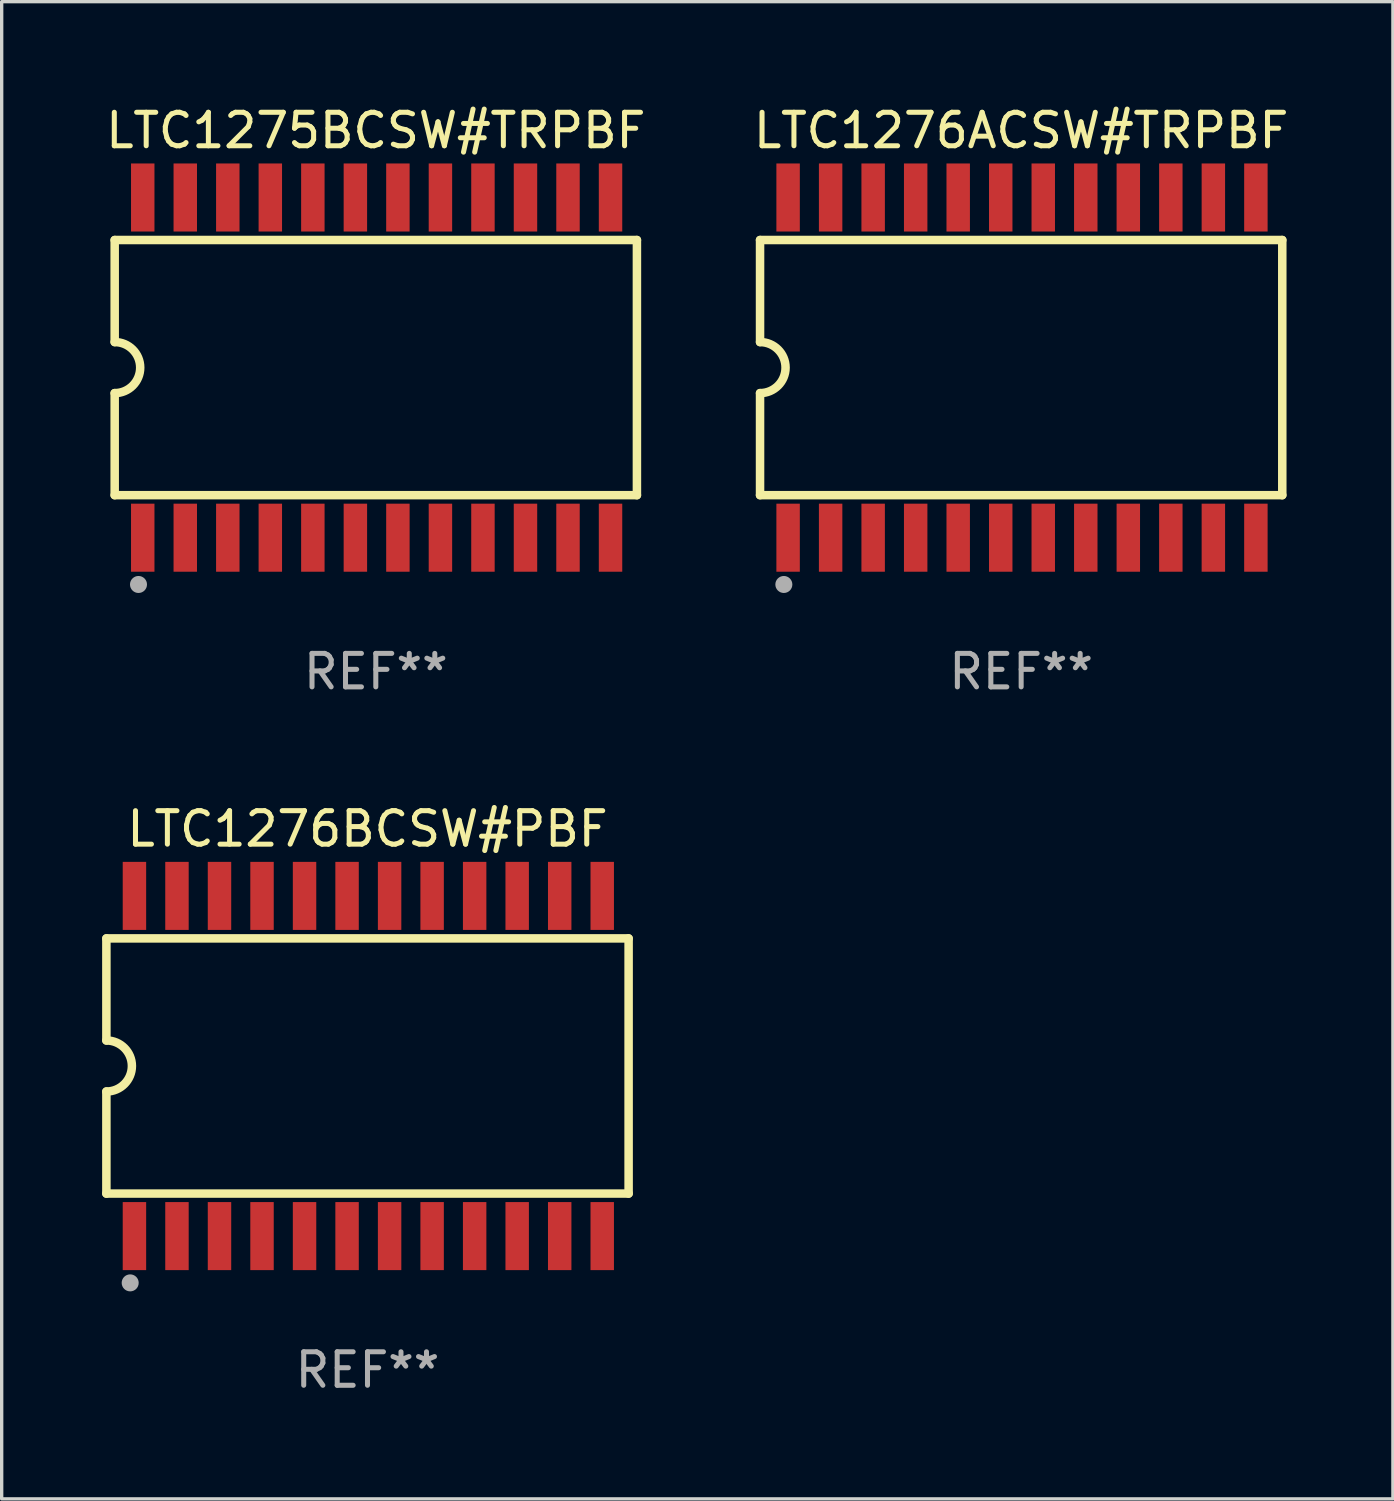
<source format=kicad_pcb>
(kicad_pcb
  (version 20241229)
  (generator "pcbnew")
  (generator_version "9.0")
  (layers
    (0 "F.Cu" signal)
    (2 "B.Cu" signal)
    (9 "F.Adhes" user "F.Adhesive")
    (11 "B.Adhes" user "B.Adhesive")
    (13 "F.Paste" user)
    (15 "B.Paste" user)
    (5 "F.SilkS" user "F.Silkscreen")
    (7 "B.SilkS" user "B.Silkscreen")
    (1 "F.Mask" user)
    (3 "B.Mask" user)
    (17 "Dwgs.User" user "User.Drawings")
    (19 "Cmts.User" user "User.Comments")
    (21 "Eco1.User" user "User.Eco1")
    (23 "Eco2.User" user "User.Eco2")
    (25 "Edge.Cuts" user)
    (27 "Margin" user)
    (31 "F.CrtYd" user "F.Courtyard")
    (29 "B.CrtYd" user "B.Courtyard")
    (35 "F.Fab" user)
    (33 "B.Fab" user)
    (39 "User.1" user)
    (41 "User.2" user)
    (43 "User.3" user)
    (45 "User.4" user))
  (footprint "LTC1275BCSW#TRPBF"
    (layer "F.Cu")
    (at 8.173 7.928)
    (property "Reference" "LTC1275BCSW#TRPBF" (at 0 -7.08 0) (layer "F.SilkS") (effects (font (size 1 1) (thickness 0.15))))
    (attr through_hole)
    (fp_line (start -7.798 -3.81) (end -7.798 -0.762) (stroke (width 0.254) (type solid)) (layer "F.SilkS"))
    (fp_line (start -7.798 3.81) (end -7.798 0.762) (stroke (width 0.254) (type solid)) (layer "F.SilkS"))
    (fp_line (start 7.798 -3.81) (end -7.798 -3.81) (stroke (width 0.254) (type solid)) (layer "F.SilkS"))
    (fp_line (start 7.798 3.81) (end -7.798 3.81) (stroke (width 0.254) (type solid)) (layer "F.SilkS"))
    (fp_line (start 7.798 3.81) (end 7.798 -3.81) (stroke (width 0.254) (type solid)) (layer "F.SilkS"))
    (fp_arc (start -7.797791 -0.762002) (mid -7.03579 -0.000001) (end -7.79779 0.762002) (stroke (width 0.254001) (type solid)) (layer "F.SilkS"))
    (fp_circle (center -7.825 3.75) (end -7.795 3.75) (stroke (width 0.06) (type solid)) (fill no) (layer "F.SilkS"))
    (fp_circle (center -7.087 6.477) (end -6.96 6.477) (stroke (width 0.254) (type solid)) (fill no) (layer "F.Fab"))
    (fp_text user "REF**" (at 0 9.08 0) (layer "F.Fab") (effects (font (size 1 1) (thickness 0.15))))
    (pad "1" smd rect (at -6.96 5.08 90) (size 2.032 0.7) (layers "F.Cu" "F.Mask" "F.Paste"))
    (pad "2" smd rect (at -5.69 5.08 90) (size 2.032 0.7) (layers "F.Cu" "F.Mask" "F.Paste"))
    (pad "3" smd rect (at -4.42 5.08 90) (size 2.032 0.7) (layers "F.Cu" "F.Mask" "F.Paste"))
    (pad "4" smd rect (at -3.15 5.08 90) (size 2.032 0.7) (layers "F.Cu" "F.Mask" "F.Paste"))
    (pad "5" smd rect (at -1.88 5.08 90) (size 2.032 0.7) (layers "F.Cu" "F.Mask" "F.Paste"))
    (pad "6" smd rect (at -0.61 5.08 90) (size 2.032 0.7) (layers "F.Cu" "F.Mask" "F.Paste"))
    (pad "7" smd rect (at 0.66 5.08 90) (size 2.032 0.7) (layers "F.Cu" "F.Mask" "F.Paste"))
    (pad "8" smd rect (at 1.93 5.08 90) (size 2.032 0.7) (layers "F.Cu" "F.Mask" "F.Paste"))
    (pad "9" smd rect (at 3.2 5.08 90) (size 2.032 0.7) (layers "F.Cu" "F.Mask" "F.Paste"))
    (pad "10" smd rect (at 4.47 5.08 90) (size 2.032 0.7) (layers "F.Cu" "F.Mask" "F.Paste"))
    (pad "11" smd rect (at 5.74 5.08 90) (size 2.032 0.7) (layers "F.Cu" "F.Mask" "F.Paste"))
    (pad "12" smd rect (at 7.01 5.08 90) (size 2.032 0.7) (layers "F.Cu" "F.Mask" "F.Paste"))
    (pad "13" smd rect (at 7.01 -5.08 90) (size 2.032 0.7) (layers "F.Cu" "F.Mask" "F.Paste"))
    (pad "14" smd rect (at 5.74 -5.08 90) (size 2.032 0.7) (layers "F.Cu" "F.Mask" "F.Paste"))
    (pad "15" smd rect (at 4.47 -5.08 90) (size 2.032 0.7) (layers "F.Cu" "F.Mask" "F.Paste"))
    (pad "16" smd rect (at 3.2 -5.08 90) (size 2.032 0.7) (layers "F.Cu" "F.Mask" "F.Paste"))
    (pad "17" smd rect (at 1.93 -5.08 90) (size 2.032 0.7) (layers "F.Cu" "F.Mask" "F.Paste"))
    (pad "18" smd rect (at 0.66 -5.08 90) (size 2.032 0.7) (layers "F.Cu" "F.Mask" "F.Paste"))
    (pad "19" smd rect (at -0.61 -5.08 90) (size 2.032 0.7) (layers "F.Cu" "F.Mask" "F.Paste"))
    (pad "20" smd rect (at -1.88 -5.08 90) (size 2.032 0.7) (layers "F.Cu" "F.Mask" "F.Paste"))
    (pad "21" smd rect (at -3.15 -5.08 90) (size 2.032 0.7) (layers "F.Cu" "F.Mask" "F.Paste"))
    (pad "22" smd rect (at -4.42 -5.08 90) (size 2.032 0.7) (layers "F.Cu" "F.Mask" "F.Paste"))
    (pad "23" smd rect (at -5.69 -5.08 90) (size 2.032 0.7) (layers "F.Cu" "F.Mask" "F.Paste"))
    (pad "24" smd rect (at -6.96 -5.08 90) (size 2.032 0.7) (layers "F.Cu" "F.Mask" "F.Paste")))
  (footprint "LTC1276BCSW#PBF"
    (layer "F.Cu")
    (at 7.925 28.785)
    (property "Reference" "LTC1276BCSW#PBF" (at 0 -7.08 0) (layer "F.SilkS") (effects (font (size 1 1) (thickness 0.15))))
    (attr through_hole)
    (fp_line (start -7.798 -3.81) (end -7.798 -0.762) (stroke (width 0.254) (type solid)) (layer "F.SilkS"))
    (fp_line (start -7.798 3.81) (end -7.798 0.762) (stroke (width 0.254) (type solid)) (layer "F.SilkS"))
    (fp_line (start 7.798 -3.81) (end -7.798 -3.81) (stroke (width 0.254) (type solid)) (layer "F.SilkS"))
    (fp_line (start 7.798 3.81) (end -7.798 3.81) (stroke (width 0.254) (type solid)) (layer "F.SilkS"))
    (fp_line (start 7.798 3.81) (end 7.798 -3.81) (stroke (width 0.254) (type solid)) (layer "F.SilkS"))
    (fp_arc (start -7.797791 -0.762002) (mid -7.03579 -0.000001) (end -7.79779 0.762002) (stroke (width 0.254001) (type solid)) (layer "F.SilkS"))
    (fp_circle (center -7.825 3.75) (end -7.795 3.75) (stroke (width 0.06) (type solid)) (fill no) (layer "F.SilkS"))
    (fp_circle (center -7.087 6.477) (end -6.96 6.477) (stroke (width 0.254) (type solid)) (fill no) (layer "F.Fab"))
    (fp_text user "REF**" (at 0 9.08 0) (layer "F.Fab") (effects (font (size 1 1) (thickness 0.15))))
    (pad "1" smd rect (at -6.96 5.08 90) (size 2.032 0.7) (layers "F.Cu" "F.Mask" "F.Paste"))
    (pad "2" smd rect (at -5.69 5.08 90) (size 2.032 0.7) (layers "F.Cu" "F.Mask" "F.Paste"))
    (pad "3" smd rect (at -4.42 5.08 90) (size 2.032 0.7) (layers "F.Cu" "F.Mask" "F.Paste"))
    (pad "4" smd rect (at -3.15 5.08 90) (size 2.032 0.7) (layers "F.Cu" "F.Mask" "F.Paste"))
    (pad "5" smd rect (at -1.88 5.08 90) (size 2.032 0.7) (layers "F.Cu" "F.Mask" "F.Paste"))
    (pad "6" smd rect (at -0.61 5.08 90) (size 2.032 0.7) (layers "F.Cu" "F.Mask" "F.Paste"))
    (pad "7" smd rect (at 0.66 5.08 90) (size 2.032 0.7) (layers "F.Cu" "F.Mask" "F.Paste"))
    (pad "8" smd rect (at 1.93 5.08 90) (size 2.032 0.7) (layers "F.Cu" "F.Mask" "F.Paste"))
    (pad "9" smd rect (at 3.2 5.08 90) (size 2.032 0.7) (layers "F.Cu" "F.Mask" "F.Paste"))
    (pad "10" smd rect (at 4.47 5.08 90) (size 2.032 0.7) (layers "F.Cu" "F.Mask" "F.Paste"))
    (pad "11" smd rect (at 5.74 5.08 90) (size 2.032 0.7) (layers "F.Cu" "F.Mask" "F.Paste"))
    (pad "12" smd rect (at 7.01 5.08 90) (size 2.032 0.7) (layers "F.Cu" "F.Mask" "F.Paste"))
    (pad "13" smd rect (at 7.01 -5.08 90) (size 2.032 0.7) (layers "F.Cu" "F.Mask" "F.Paste"))
    (pad "14" smd rect (at 5.74 -5.08 90) (size 2.032 0.7) (layers "F.Cu" "F.Mask" "F.Paste"))
    (pad "15" smd rect (at 4.47 -5.08 90) (size 2.032 0.7) (layers "F.Cu" "F.Mask" "F.Paste"))
    (pad "16" smd rect (at 3.2 -5.08 90) (size 2.032 0.7) (layers "F.Cu" "F.Mask" "F.Paste"))
    (pad "17" smd rect (at 1.93 -5.08 90) (size 2.032 0.7) (layers "F.Cu" "F.Mask" "F.Paste"))
    (pad "18" smd rect (at 0.66 -5.08 90) (size 2.032 0.7) (layers "F.Cu" "F.Mask" "F.Paste"))
    (pad "19" smd rect (at -0.61 -5.08 90) (size 2.032 0.7) (layers "F.Cu" "F.Mask" "F.Paste"))
    (pad "20" smd rect (at -1.88 -5.08 90) (size 2.032 0.7) (layers "F.Cu" "F.Mask" "F.Paste"))
    (pad "21" smd rect (at -3.15 -5.08 90) (size 2.032 0.7) (layers "F.Cu" "F.Mask" "F.Paste"))
    (pad "22" smd rect (at -4.42 -5.08 90) (size 2.032 0.7) (layers "F.Cu" "F.Mask" "F.Paste"))
    (pad "23" smd rect (at -5.69 -5.08 90) (size 2.032 0.7) (layers "F.Cu" "F.Mask" "F.Paste"))
    (pad "24" smd rect (at -6.96 -5.08 90) (size 2.032 0.7) (layers "F.Cu" "F.Mask" "F.Paste")))
  (footprint "LTC1276ACSW#TRPBF"
    (layer "F.Cu")
    (at 27.446 7.928)
    (property "Reference" "LTC1276ACSW#TRPBF" (at 0 -7.08 0) (layer "F.SilkS") (effects (font (size 1 1) (thickness 0.15))))
    (attr through_hole)
    (fp_line (start -7.798 -3.81) (end -7.798 -0.762) (stroke (width 0.254) (type solid)) (layer "F.SilkS"))
    (fp_line (start -7.798 3.81) (end -7.798 0.762) (stroke (width 0.254) (type solid)) (layer "F.SilkS"))
    (fp_line (start 7.798 -3.81) (end -7.798 -3.81) (stroke (width 0.254) (type solid)) (layer "F.SilkS"))
    (fp_line (start 7.798 3.81) (end -7.798 3.81) (stroke (width 0.254) (type solid)) (layer "F.SilkS"))
    (fp_line (start 7.798 3.81) (end 7.798 -3.81) (stroke (width 0.254) (type solid)) (layer "F.SilkS"))
    (fp_arc (start -7.797791 -0.762002) (mid -7.03579 -0.000001) (end -7.79779 0.762002) (stroke (width 0.254001) (type solid)) (layer "F.SilkS"))
    (fp_circle (center -7.825 3.75) (end -7.795 3.75) (stroke (width 0.06) (type solid)) (fill no) (layer "F.SilkS"))
    (fp_circle (center -7.087 6.477) (end -6.96 6.477) (stroke (width 0.254) (type solid)) (fill no) (layer "F.Fab"))
    (fp_text user "REF**" (at 0 9.08 0) (layer "F.Fab") (effects (font (size 1 1) (thickness 0.15))))
    (pad "1" smd rect (at -6.96 5.08 90) (size 2.032 0.7) (layers "F.Cu" "F.Mask" "F.Paste"))
    (pad "2" smd rect (at -5.69 5.08 90) (size 2.032 0.7) (layers "F.Cu" "F.Mask" "F.Paste"))
    (pad "3" smd rect (at -4.42 5.08 90) (size 2.032 0.7) (layers "F.Cu" "F.Mask" "F.Paste"))
    (pad "4" smd rect (at -3.15 5.08 90) (size 2.032 0.7) (layers "F.Cu" "F.Mask" "F.Paste"))
    (pad "5" smd rect (at -1.88 5.08 90) (size 2.032 0.7) (layers "F.Cu" "F.Mask" "F.Paste"))
    (pad "6" smd rect (at -0.61 5.08 90) (size 2.032 0.7) (layers "F.Cu" "F.Mask" "F.Paste"))
    (pad "7" smd rect (at 0.66 5.08 90) (size 2.032 0.7) (layers "F.Cu" "F.Mask" "F.Paste"))
    (pad "8" smd rect (at 1.93 5.08 90) (size 2.032 0.7) (layers "F.Cu" "F.Mask" "F.Paste"))
    (pad "9" smd rect (at 3.2 5.08 90) (size 2.032 0.7) (layers "F.Cu" "F.Mask" "F.Paste"))
    (pad "10" smd rect (at 4.47 5.08 90) (size 2.032 0.7) (layers "F.Cu" "F.Mask" "F.Paste"))
    (pad "11" smd rect (at 5.74 5.08 90) (size 2.032 0.7) (layers "F.Cu" "F.Mask" "F.Paste"))
    (pad "12" smd rect (at 7.01 5.08 90) (size 2.032 0.7) (layers "F.Cu" "F.Mask" "F.Paste"))
    (pad "13" smd rect (at 7.01 -5.08 90) (size 2.032 0.7) (layers "F.Cu" "F.Mask" "F.Paste"))
    (pad "14" smd rect (at 5.74 -5.08 90) (size 2.032 0.7) (layers "F.Cu" "F.Mask" "F.Paste"))
    (pad "15" smd rect (at 4.47 -5.08 90) (size 2.032 0.7) (layers "F.Cu" "F.Mask" "F.Paste"))
    (pad "16" smd rect (at 3.2 -5.08 90) (size 2.032 0.7) (layers "F.Cu" "F.Mask" "F.Paste"))
    (pad "17" smd rect (at 1.93 -5.08 90) (size 2.032 0.7) (layers "F.Cu" "F.Mask" "F.Paste"))
    (pad "18" smd rect (at 0.66 -5.08 90) (size 2.032 0.7) (layers "F.Cu" "F.Mask" "F.Paste"))
    (pad "19" smd rect (at -0.61 -5.08 90) (size 2.032 0.7) (layers "F.Cu" "F.Mask" "F.Paste"))
    (pad "20" smd rect (at -1.88 -5.08 90) (size 2.032 0.7) (layers "F.Cu" "F.Mask" "F.Paste"))
    (pad "21" smd rect (at -3.15 -5.08 90) (size 2.032 0.7) (layers "F.Cu" "F.Mask" "F.Paste"))
    (pad "22" smd rect (at -4.42 -5.08 90) (size 2.032 0.7) (layers "F.Cu" "F.Mask" "F.Paste"))
    (pad "23" smd rect (at -5.69 -5.08 90) (size 2.032 0.7) (layers "F.Cu" "F.Mask" "F.Paste"))
    (pad "24" smd rect (at -6.96 -5.08 90) (size 2.032 0.7) (layers "F.Cu" "F.Mask" "F.Paste")))
  (gr_rect
    (start -3 -3)
    (end 38.548 41.713)
    (stroke (width 0.1) (type default))
    (fill no)
    (layer "Edge.Cuts")))
</source>
